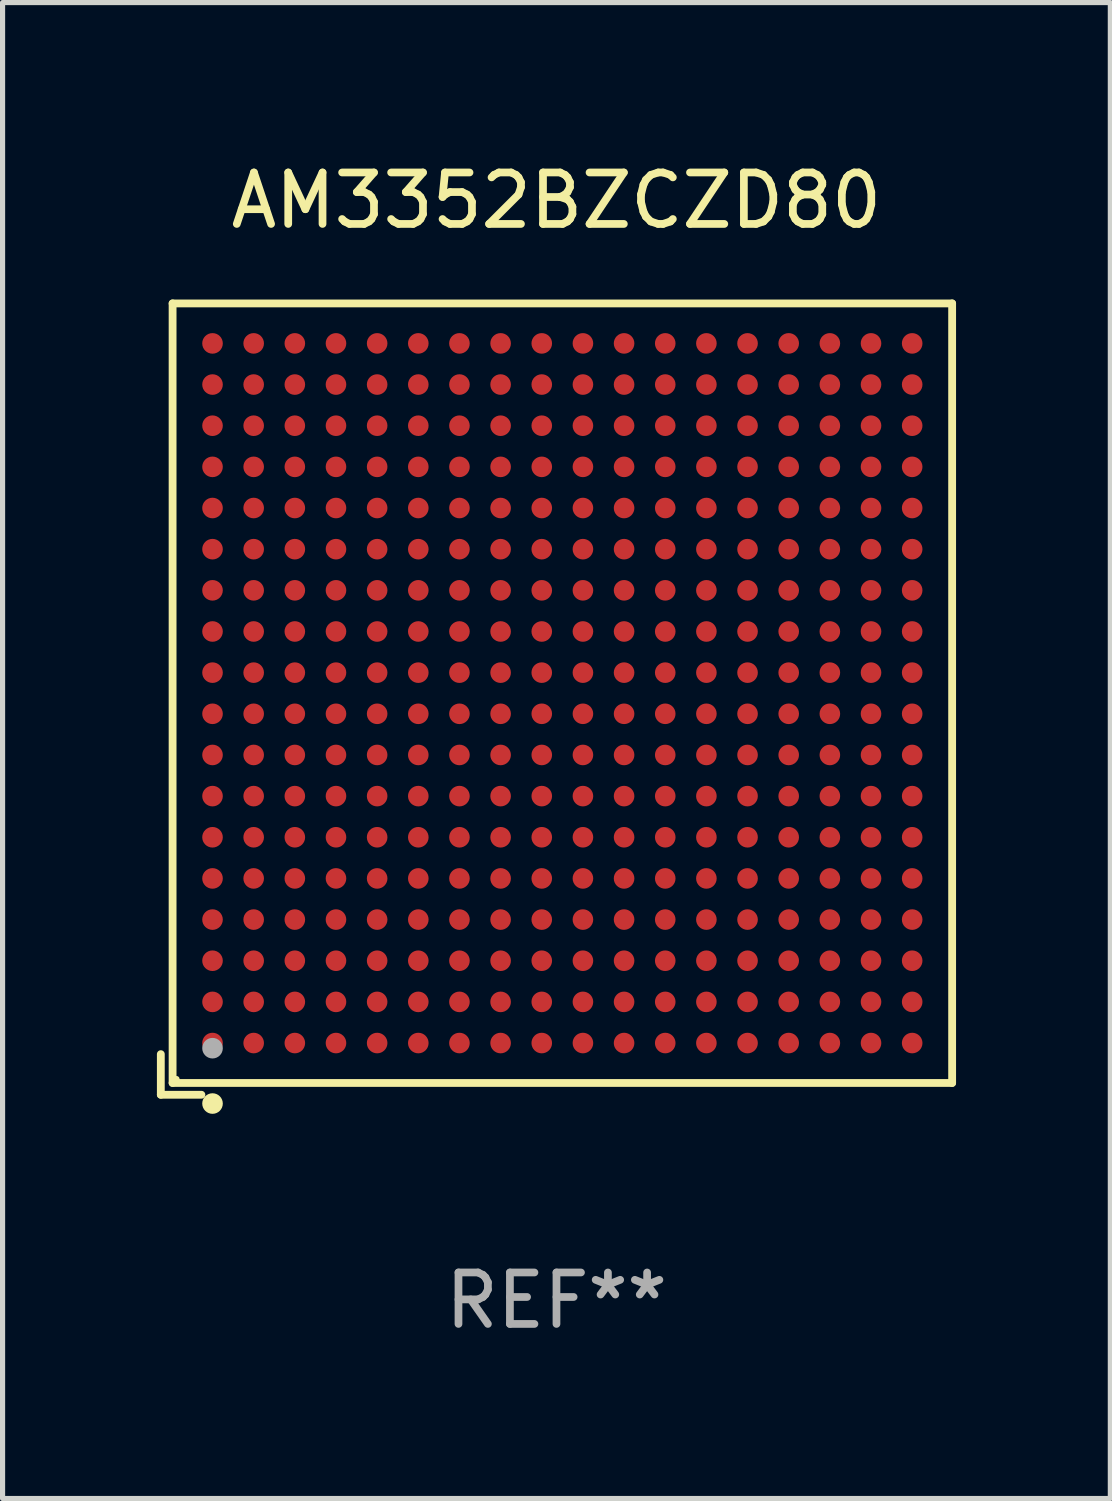
<source format=kicad_pcb>
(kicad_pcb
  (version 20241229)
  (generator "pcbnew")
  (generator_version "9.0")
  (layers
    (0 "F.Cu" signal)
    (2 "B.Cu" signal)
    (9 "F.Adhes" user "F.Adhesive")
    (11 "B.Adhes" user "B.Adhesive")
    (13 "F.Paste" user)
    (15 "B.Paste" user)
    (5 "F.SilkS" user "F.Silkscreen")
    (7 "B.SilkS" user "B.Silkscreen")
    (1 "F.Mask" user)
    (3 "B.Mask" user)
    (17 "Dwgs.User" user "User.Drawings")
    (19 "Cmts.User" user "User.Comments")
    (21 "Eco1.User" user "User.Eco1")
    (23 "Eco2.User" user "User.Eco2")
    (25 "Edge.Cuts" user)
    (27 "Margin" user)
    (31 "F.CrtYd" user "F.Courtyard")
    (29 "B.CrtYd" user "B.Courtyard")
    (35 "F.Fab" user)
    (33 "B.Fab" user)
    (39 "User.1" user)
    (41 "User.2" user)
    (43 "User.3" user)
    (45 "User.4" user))
  (footprint "AM3352BZCZD80"
    (layer "F.Cu")
    (at 7.767 10.539)
    (property "Reference" "AM3352BZCZD80" (at 0 -9.691 0) (layer "F.SilkS") (effects (font (size 1 1) (thickness 0.15))))
    (attr through_hole)
    (fp_line (start -7.691 6.902) (end -7.691 7.691) (stroke (width 0.152) (type solid)) (layer "F.SilkS"))
    (fp_line (start -7.691 7.691) (end -6.902 7.691) (stroke (width 0.152) (type solid)) (layer "F.SilkS"))
    (fp_line (start -7.462 -7.691) (end 7.691 -7.691) (stroke (width 0.152) (type solid)) (layer "F.SilkS"))
    (fp_line (start -7.462 7.462) (end -7.462 -7.691) (stroke (width 0.152) (type solid)) (layer "F.SilkS"))
    (fp_line (start 7.691 -7.691) (end 7.691 7.462) (stroke (width 0.152) (type solid)) (layer "F.SilkS"))
    (fp_line (start 7.691 7.462) (end -7.462 7.462) (stroke (width 0.152) (type solid)) (layer "F.SilkS"))
    (fp_circle (center -7.386 7.386) (end -7.356 7.386) (stroke (width 0.06) (type solid)) (fill no) (layer "F.SilkS"))
    (fp_circle (center -6.686 7.862) (end -6.586 7.862) (stroke (width 0.2) (type solid)) (fill no) (layer "F.SilkS"))
    (fp_circle (center -6.686 6.786) (end -6.586 6.786) (stroke (width 0.2) (type solid)) (fill no) (layer "F.Fab"))
    (fp_text user "REF**" (at 0 11.691 0) (layer "F.Fab") (effects (font (size 1 1) (thickness 0.15))))
    (pad "A1" smd circle (at -6.686 6.686) (size 0.4 0.4) (layers "F.Cu" "F.Mask" "F.Paste"))
    (pad "A2" smd circle (at -6.686 5.886) (size 0.4 0.4) (layers "F.Cu" "F.Mask" "F.Paste"))
    (pad "A3" smd circle (at -6.686 5.086) (size 0.4 0.4) (layers "F.Cu" "F.Mask" "F.Paste"))
    (pad "A4" smd circle (at -6.686 4.286) (size 0.4 0.4) (layers "F.Cu" "F.Mask" "F.Paste"))
    (pad "A5" smd circle (at -6.686 3.486) (size 0.4 0.4) (layers "F.Cu" "F.Mask" "F.Paste"))
    (pad "A6" smd circle (at -6.686 2.686) (size 0.4 0.4) (layers "F.Cu" "F.Mask" "F.Paste"))
    (pad "A7" smd circle (at -6.686 1.886) (size 0.4 0.4) (layers "F.Cu" "F.Mask" "F.Paste"))
    (pad "A8" smd circle (at -6.686 1.086) (size 0.4 0.4) (layers "F.Cu" "F.Mask" "F.Paste"))
    (pad "A9" smd circle (at -6.686 0.286) (size 0.4 0.4) (layers "F.Cu" "F.Mask" "F.Paste"))
    (pad "A10" smd circle (at -6.686 -0.514) (size 0.4 0.4) (layers "F.Cu" "F.Mask" "F.Paste"))
    (pad "A11" smd circle (at -6.686 -1.314) (size 0.4 0.4) (layers "F.Cu" "F.Mask" "F.Paste"))
    (pad "A12" smd circle (at -6.686 -2.114) (size 0.4 0.4) (layers "F.Cu" "F.Mask" "F.Paste"))
    (pad "A13" smd circle (at -6.686 -2.914) (size 0.4 0.4) (layers "F.Cu" "F.Mask" "F.Paste"))
    (pad "A14" smd circle (at -6.686 -3.714) (size 0.4 0.4) (layers "F.Cu" "F.Mask" "F.Paste"))
    (pad "A15" smd circle (at -6.686 -4.514) (size 0.4 0.4) (layers "F.Cu" "F.Mask" "F.Paste"))
    (pad "A16" smd circle (at -6.686 -5.314) (size 0.4 0.4) (layers "F.Cu" "F.Mask" "F.Paste"))
    (pad "A17" smd circle (at -6.686 -6.114) (size 0.4 0.4) (layers "F.Cu" "F.Mask" "F.Paste"))
    (pad "A18" smd circle (at -6.686 -6.914) (size 0.4 0.4) (layers "F.Cu" "F.Mask" "F.Paste"))
    (pad "B1" smd circle (at -5.886 6.686) (size 0.4 0.4) (layers "F.Cu" "F.Mask" "F.Paste"))
    (pad "B2" smd circle (at -5.886 5.886) (size 0.4 0.4) (layers "F.Cu" "F.Mask" "F.Paste"))
    (pad "B3" smd circle (at -5.886 5.086) (size 0.4 0.4) (layers "F.Cu" "F.Mask" "F.Paste"))
    (pad "B4" smd circle (at -5.886 4.286) (size 0.4 0.4) (layers "F.Cu" "F.Mask" "F.Paste"))
    (pad "B5" smd circle (at -5.886 3.486) (size 0.4 0.4) (layers "F.Cu" "F.Mask" "F.Paste"))
    (pad "B6" smd circle (at -5.886 2.686) (size 0.4 0.4) (layers "F.Cu" "F.Mask" "F.Paste"))
    (pad "B7" smd circle (at -5.886 1.886) (size 0.4 0.4) (layers "F.Cu" "F.Mask" "F.Paste"))
    (pad "B8" smd circle (at -5.886 1.086) (size 0.4 0.4) (layers "F.Cu" "F.Mask" "F.Paste"))
    (pad "B9" smd circle (at -5.886 0.286) (size 0.4 0.4) (layers "F.Cu" "F.Mask" "F.Paste"))
    (pad "B10" smd circle (at -5.886 -0.514) (size 0.4 0.4) (layers "F.Cu" "F.Mask" "F.Paste"))
    (pad "B11" smd circle (at -5.886 -1.314) (size 0.4 0.4) (layers "F.Cu" "F.Mask" "F.Paste"))
    (pad "B12" smd circle (at -5.886 -2.114) (size 0.4 0.4) (layers "F.Cu" "F.Mask" "F.Paste"))
    (pad "B13" smd circle (at -5.886 -2.914) (size 0.4 0.4) (layers "F.Cu" "F.Mask" "F.Paste"))
    (pad "B14" smd circle (at -5.886 -3.714) (size 0.4 0.4) (layers "F.Cu" "F.Mask" "F.Paste"))
    (pad "B15" smd circle (at -5.886 -4.514) (size 0.4 0.4) (layers "F.Cu" "F.Mask" "F.Paste"))
    (pad "B16" smd circle (at -5.886 -5.314) (size 0.4 0.4) (layers "F.Cu" "F.Mask" "F.Paste"))
    (pad "B17" smd circle (at -5.886 -6.114) (size 0.4 0.4) (layers "F.Cu" "F.Mask" "F.Paste"))
    (pad "B18" smd circle (at -5.886 -6.914) (size 0.4 0.4) (layers "F.Cu" "F.Mask" "F.Paste"))
    (pad "C1" smd circle (at -5.086 6.686) (size 0.4 0.4) (layers "F.Cu" "F.Mask" "F.Paste"))
    (pad "C2" smd circle (at -5.086 5.886) (size 0.4 0.4) (layers "F.Cu" "F.Mask" "F.Paste"))
    (pad "C3" smd circle (at -5.086 5.086) (size 0.4 0.4) (layers "F.Cu" "F.Mask" "F.Paste"))
    (pad "C4" smd circle (at -5.086 4.286) (size 0.4 0.4) (layers "F.Cu" "F.Mask" "F.Paste"))
    (pad "C5" smd circle (at -5.086 3.486) (size 0.4 0.4) (layers "F.Cu" "F.Mask" "F.Paste"))
    (pad "C6" smd circle (at -5.086 2.686) (size 0.4 0.4) (layers "F.Cu" "F.Mask" "F.Paste"))
    (pad "C7" smd circle (at -5.086 1.886) (size 0.4 0.4) (layers "F.Cu" "F.Mask" "F.Paste"))
    (pad "C8" smd circle (at -5.086 1.086) (size 0.4 0.4) (layers "F.Cu" "F.Mask" "F.Paste"))
    (pad "C9" smd circle (at -5.086 0.286) (size 0.4 0.4) (layers "F.Cu" "F.Mask" "F.Paste"))
    (pad "C10" smd circle (at -5.086 -0.514) (size 0.4 0.4) (layers "F.Cu" "F.Mask" "F.Paste"))
    (pad "C11" smd circle (at -5.086 -1.314) (size 0.4 0.4) (layers "F.Cu" "F.Mask" "F.Paste"))
    (pad "C12" smd circle (at -5.086 -2.114) (size 0.4 0.4) (layers "F.Cu" "F.Mask" "F.Paste"))
    (pad "C13" smd circle (at -5.086 -2.914) (size 0.4 0.4) (layers "F.Cu" "F.Mask" "F.Paste"))
    (pad "C14" smd circle (at -5.086 -3.714) (size 0.4 0.4) (layers "F.Cu" "F.Mask" "F.Paste"))
    (pad "C15" smd circle (at -5.086 -4.514) (size 0.4 0.4) (layers "F.Cu" "F.Mask" "F.Paste"))
    (pad "C16" smd circle (at -5.086 -5.314) (size 0.4 0.4) (layers "F.Cu" "F.Mask" "F.Paste"))
    (pad "C17" smd circle (at -5.086 -6.114) (size 0.4 0.4) (layers "F.Cu" "F.Mask" "F.Paste"))
    (pad "C18" smd circle (at -5.086 -6.914) (size 0.4 0.4) (layers "F.Cu" "F.Mask" "F.Paste"))
    (pad "D1" smd circle (at -4.286 6.686) (size 0.4 0.4) (layers "F.Cu" "F.Mask" "F.Paste"))
    (pad "D2" smd circle (at -4.286 5.886) (size 0.4 0.4) (layers "F.Cu" "F.Mask" "F.Paste"))
    (pad "D3" smd circle (at -4.286 5.086) (size 0.4 0.4) (layers "F.Cu" "F.Mask" "F.Paste"))
    (pad "D4" smd circle (at -4.286 4.286) (size 0.4 0.4) (layers "F.Cu" "F.Mask" "F.Paste"))
    (pad "D5" smd circle (at -4.286 3.486) (size 0.4 0.4) (layers "F.Cu" "F.Mask" "F.Paste"))
    (pad "D6" smd circle (at -4.286 2.686) (size 0.4 0.4) (layers "F.Cu" "F.Mask" "F.Paste"))
    (pad "D7" smd circle (at -4.286 1.886) (size 0.4 0.4) (layers "F.Cu" "F.Mask" "F.Paste"))
    (pad "D8" smd circle (at -4.286 1.086) (size 0.4 0.4) (layers "F.Cu" "F.Mask" "F.Paste"))
    (pad "D9" smd circle (at -4.286 0.286) (size 0.4 0.4) (layers "F.Cu" "F.Mask" "F.Paste"))
    (pad "D10" smd circle (at -4.286 -0.514) (size 0.4 0.4) (layers "F.Cu" "F.Mask" "F.Paste"))
    (pad "D11" smd circle (at -4.286 -1.314) (size 0.4 0.4) (layers "F.Cu" "F.Mask" "F.Paste"))
    (pad "D12" smd circle (at -4.286 -2.114) (size 0.4 0.4) (layers "F.Cu" "F.Mask" "F.Paste"))
    (pad "D13" smd circle (at -4.286 -2.914) (size 0.4 0.4) (layers "F.Cu" "F.Mask" "F.Paste"))
    (pad "D14" smd circle (at -4.286 -3.714) (size 0.4 0.4) (layers "F.Cu" "F.Mask" "F.Paste"))
    (pad "D15" smd circle (at -4.286 -4.514) (size 0.4 0.4) (layers "F.Cu" "F.Mask" "F.Paste"))
    (pad "D16" smd circle (at -4.286 -5.314) (size 0.4 0.4) (layers "F.Cu" "F.Mask" "F.Paste"))
    (pad "D17" smd circle (at -4.286 -6.114) (size 0.4 0.4) (layers "F.Cu" "F.Mask" "F.Paste"))
    (pad "D18" smd circle (at -4.286 -6.914) (size 0.4 0.4) (layers "F.Cu" "F.Mask" "F.Paste"))
    (pad "E1" smd circle (at -3.486 6.686) (size 0.4 0.4) (layers "F.Cu" "F.Mask" "F.Paste"))
    (pad "E2" smd circle (at -3.486 5.886) (size 0.4 0.4) (layers "F.Cu" "F.Mask" "F.Paste"))
    (pad "E3" smd circle (at -3.486 5.086) (size 0.4 0.4) (layers "F.Cu" "F.Mask" "F.Paste"))
    (pad "E4" smd circle (at -3.486 4.286) (size 0.4 0.4) (layers "F.Cu" "F.Mask" "F.Paste"))
    (pad "E5" smd circle (at -3.486 3.486) (size 0.4 0.4) (layers "F.Cu" "F.Mask" "F.Paste"))
    (pad "E6" smd circle (at -3.486 2.686) (size 0.4 0.4) (layers "F.Cu" "F.Mask" "F.Paste"))
    (pad "E7" smd circle (at -3.486 1.886) (size 0.4 0.4) (layers "F.Cu" "F.Mask" "F.Paste"))
    (pad "E8" smd circle (at -3.486 1.086) (size 0.4 0.4) (layers "F.Cu" "F.Mask" "F.Paste"))
    (pad "E9" smd circle (at -3.486 0.286) (size 0.4 0.4) (layers "F.Cu" "F.Mask" "F.Paste"))
    (pad "E10" smd circle (at -3.486 -0.514) (size 0.4 0.4) (layers "F.Cu" "F.Mask" "F.Paste"))
    (pad "E11" smd circle (at -3.486 -1.314) (size 0.4 0.4) (layers "F.Cu" "F.Mask" "F.Paste"))
    (pad "E12" smd circle (at -3.486 -2.114) (size 0.4 0.4) (layers "F.Cu" "F.Mask" "F.Paste"))
    (pad "E13" smd circle (at -3.486 -2.914) (size 0.4 0.4) (layers "F.Cu" "F.Mask" "F.Paste"))
    (pad "E14" smd circle (at -3.486 -3.714) (size 0.4 0.4) (layers "F.Cu" "F.Mask" "F.Paste"))
    (pad "E15" smd circle (at -3.486 -4.514) (size 0.4 0.4) (layers "F.Cu" "F.Mask" "F.Paste"))
    (pad "E16" smd circle (at -3.486 -5.314) (size 0.4 0.4) (layers "F.Cu" "F.Mask" "F.Paste"))
    (pad "E17" smd circle (at -3.486 -6.114) (size 0.4 0.4) (layers "F.Cu" "F.Mask" "F.Paste"))
    (pad "E18" smd circle (at -3.486 -6.914) (size 0.4 0.4) (layers "F.Cu" "F.Mask" "F.Paste"))
    (pad "F1" smd circle (at -2.686 6.686) (size 0.4 0.4) (layers "F.Cu" "F.Mask" "F.Paste"))
    (pad "F2" smd circle (at -2.686 5.886) (size 0.4 0.4) (layers "F.Cu" "F.Mask" "F.Paste"))
    (pad "F3" smd circle (at -2.686 5.086) (size 0.4 0.4) (layers "F.Cu" "F.Mask" "F.Paste"))
    (pad "F4" smd circle (at -2.686 4.286) (size 0.4 0.4) (layers "F.Cu" "F.Mask" "F.Paste"))
    (pad "F5" smd circle (at -2.686 3.486) (size 0.4 0.4) (layers "F.Cu" "F.Mask" "F.Paste"))
    (pad "F6" smd circle (at -2.686 2.686) (size 0.4 0.4) (layers "F.Cu" "F.Mask" "F.Paste"))
    (pad "F7" smd circle (at -2.686 1.886) (size 0.4 0.4) (layers "F.Cu" "F.Mask" "F.Paste"))
    (pad "F8" smd circle (at -2.686 1.086) (size 0.4 0.4) (layers "F.Cu" "F.Mask" "F.Paste"))
    (pad "F9" smd circle (at -2.686 0.286) (size 0.4 0.4) (layers "F.Cu" "F.Mask" "F.Paste"))
    (pad "F10" smd circle (at -2.686 -0.514) (size 0.4 0.4) (layers "F.Cu" "F.Mask" "F.Paste"))
    (pad "F11" smd circle (at -2.686 -1.314) (size 0.4 0.4) (layers "F.Cu" "F.Mask" "F.Paste"))
    (pad "F12" smd circle (at -2.686 -2.114) (size 0.4 0.4) (layers "F.Cu" "F.Mask" "F.Paste"))
    (pad "F13" smd circle (at -2.686 -2.914) (size 0.4 0.4) (layers "F.Cu" "F.Mask" "F.Paste"))
    (pad "F14" smd circle (at -2.686 -3.714) (size 0.4 0.4) (layers "F.Cu" "F.Mask" "F.Paste"))
    (pad "F15" smd circle (at -2.686 -4.514) (size 0.4 0.4) (layers "F.Cu" "F.Mask" "F.Paste"))
    (pad "F16" smd circle (at -2.686 -5.314) (size 0.4 0.4) (layers "F.Cu" "F.Mask" "F.Paste"))
    (pad "F17" smd circle (at -2.686 -6.114) (size 0.4 0.4) (layers "F.Cu" "F.Mask" "F.Paste"))
    (pad "F18" smd circle (at -2.686 -6.914) (size 0.4 0.4) (layers "F.Cu" "F.Mask" "F.Paste"))
    (pad "G1" smd circle (at -1.886 6.686) (size 0.4 0.4) (layers "F.Cu" "F.Mask" "F.Paste"))
    (pad "G2" smd circle (at -1.886 5.886) (size 0.4 0.4) (layers "F.Cu" "F.Mask" "F.Paste"))
    (pad "G3" smd circle (at -1.886 5.086) (size 0.4 0.4) (layers "F.Cu" "F.Mask" "F.Paste"))
    (pad "G4" smd circle (at -1.886 4.286) (size 0.4 0.4) (layers "F.Cu" "F.Mask" "F.Paste"))
    (pad "G5" smd circle (at -1.886 3.486) (size 0.4 0.4) (layers "F.Cu" "F.Mask" "F.Paste"))
    (pad "G6" smd circle (at -1.886 2.686) (size 0.4 0.4) (layers "F.Cu" "F.Mask" "F.Paste"))
    (pad "G7" smd circle (at -1.886 1.886) (size 0.4 0.4) (layers "F.Cu" "F.Mask" "F.Paste"))
    (pad "G8" smd circle (at -1.886 1.086) (size 0.4 0.4) (layers "F.Cu" "F.Mask" "F.Paste"))
    (pad "G9" smd circle (at -1.886 0.286) (size 0.4 0.4) (layers "F.Cu" "F.Mask" "F.Paste"))
    (pad "G10" smd circle (at -1.886 -0.514) (size 0.4 0.4) (layers "F.Cu" "F.Mask" "F.Paste"))
    (pad "G11" smd circle (at -1.886 -1.314) (size 0.4 0.4) (layers "F.Cu" "F.Mask" "F.Paste"))
    (pad "G12" smd circle (at -1.886 -2.114) (size 0.4 0.4) (layers "F.Cu" "F.Mask" "F.Paste"))
    (pad "G13" smd circle (at -1.886 -2.914) (size 0.4 0.4) (layers "F.Cu" "F.Mask" "F.Paste"))
    (pad "G14" smd circle (at -1.886 -3.714) (size 0.4 0.4) (layers "F.Cu" "F.Mask" "F.Paste"))
    (pad "G15" smd circle (at -1.886 -4.514) (size 0.4 0.4) (layers "F.Cu" "F.Mask" "F.Paste"))
    (pad "G16" smd circle (at -1.886 -5.314) (size 0.4 0.4) (layers "F.Cu" "F.Mask" "F.Paste"))
    (pad "G17" smd circle (at -1.886 -6.114) (size 0.4 0.4) (layers "F.Cu" "F.Mask" "F.Paste"))
    (pad "G18" smd circle (at -1.886 -6.914) (size 0.4 0.4) (layers "F.Cu" "F.Mask" "F.Paste"))
    (pad "H1" smd circle (at -1.086 6.686) (size 0.4 0.4) (layers "F.Cu" "F.Mask" "F.Paste"))
    (pad "H2" smd circle (at -1.086 5.886) (size 0.4 0.4) (layers "F.Cu" "F.Mask" "F.Paste"))
    (pad "H3" smd circle (at -1.086 5.086) (size 0.4 0.4) (layers "F.Cu" "F.Mask" "F.Paste"))
    (pad "H4" smd circle (at -1.086 4.286) (size 0.4 0.4) (layers "F.Cu" "F.Mask" "F.Paste"))
    (pad "H5" smd circle (at -1.086 3.486) (size 0.4 0.4) (layers "F.Cu" "F.Mask" "F.Paste"))
    (pad "H6" smd circle (at -1.086 2.686) (size 0.4 0.4) (layers "F.Cu" "F.Mask" "F.Paste"))
    (pad "H7" smd circle (at -1.086 1.886) (size 0.4 0.4) (layers "F.Cu" "F.Mask" "F.Paste"))
    (pad "H8" smd circle (at -1.086 1.086) (size 0.4 0.4) (layers "F.Cu" "F.Mask" "F.Paste"))
    (pad "H9" smd circle (at -1.086 0.286) (size 0.4 0.4) (layers "F.Cu" "F.Mask" "F.Paste"))
    (pad "H10" smd circle (at -1.086 -0.514) (size 0.4 0.4) (layers "F.Cu" "F.Mask" "F.Paste"))
    (pad "H11" smd circle (at -1.086 -1.314) (size 0.4 0.4) (layers "F.Cu" "F.Mask" "F.Paste"))
    (pad "H12" smd circle (at -1.086 -2.114) (size 0.4 0.4) (layers "F.Cu" "F.Mask" "F.Paste"))
    (pad "H13" smd circle (at -1.086 -2.914) (size 0.4 0.4) (layers "F.Cu" "F.Mask" "F.Paste"))
    (pad "H14" smd circle (at -1.086 -3.714) (size 0.4 0.4) (layers "F.Cu" "F.Mask" "F.Paste"))
    (pad "H15" smd circle (at -1.086 -4.514) (size 0.4 0.4) (layers "F.Cu" "F.Mask" "F.Paste"))
    (pad "H16" smd circle (at -1.086 -5.314) (size 0.4 0.4) (layers "F.Cu" "F.Mask" "F.Paste"))
    (pad "H17" smd circle (at -1.086 -6.114) (size 0.4 0.4) (layers "F.Cu" "F.Mask" "F.Paste"))
    (pad "H18" smd circle (at -1.086 -6.914) (size 0.4 0.4) (layers "F.Cu" "F.Mask" "F.Paste"))
    (pad "J1" smd circle (at -0.286 6.686) (size 0.4 0.4) (layers "F.Cu" "F.Mask" "F.Paste"))
    (pad "J2" smd circle (at -0.286 5.886) (size 0.4 0.4) (layers "F.Cu" "F.Mask" "F.Paste"))
    (pad "J3" smd circle (at -0.286 5.086) (size 0.4 0.4) (layers "F.Cu" "F.Mask" "F.Paste"))
    (pad "J4" smd circle (at -0.286 4.286) (size 0.4 0.4) (layers "F.Cu" "F.Mask" "F.Paste"))
    (pad "J5" smd circle (at -0.286 3.486) (size 0.4 0.4) (layers "F.Cu" "F.Mask" "F.Paste"))
    (pad "J6" smd circle (at -0.286 2.686) (size 0.4 0.4) (layers "F.Cu" "F.Mask" "F.Paste"))
    (pad "J7" smd circle (at -0.286 1.886) (size 0.4 0.4) (layers "F.Cu" "F.Mask" "F.Paste"))
    (pad "J8" smd circle (at -0.286 1.086) (size 0.4 0.4) (layers "F.Cu" "F.Mask" "F.Paste"))
    (pad "J9" smd circle (at -0.286 0.286) (size 0.4 0.4) (layers "F.Cu" "F.Mask" "F.Paste"))
    (pad "J10" smd circle (at -0.286 -0.514) (size 0.4 0.4) (layers "F.Cu" "F.Mask" "F.Paste"))
    (pad "J11" smd circle (at -0.286 -1.314) (size 0.4 0.4) (layers "F.Cu" "F.Mask" "F.Paste"))
    (pad "J12" smd circle (at -0.286 -2.114) (size 0.4 0.4) (layers "F.Cu" "F.Mask" "F.Paste"))
    (pad "J13" smd circle (at -0.286 -2.914) (size 0.4 0.4) (layers "F.Cu" "F.Mask" "F.Paste"))
    (pad "J14" smd circle (at -0.286 -3.714) (size 0.4 0.4) (layers "F.Cu" "F.Mask" "F.Paste"))
    (pad "J15" smd circle (at -0.286 -4.514) (size 0.4 0.4) (layers "F.Cu" "F.Mask" "F.Paste"))
    (pad "J16" smd circle (at -0.286 -5.314) (size 0.4 0.4) (layers "F.Cu" "F.Mask" "F.Paste"))
    (pad "J17" smd circle (at -0.286 -6.114) (size 0.4 0.4) (layers "F.Cu" "F.Mask" "F.Paste"))
    (pad "J18" smd circle (at -0.286 -6.914) (size 0.4 0.4) (layers "F.Cu" "F.Mask" "F.Paste"))
    (pad "K1" smd circle (at 0.514 6.686) (size 0.4 0.4) (layers "F.Cu" "F.Mask" "F.Paste"))
    (pad "K2" smd circle (at 0.514 5.886) (size 0.4 0.4) (layers "F.Cu" "F.Mask" "F.Paste"))
    (pad "K3" smd circle (at 0.514 5.086) (size 0.4 0.4) (layers "F.Cu" "F.Mask" "F.Paste"))
    (pad "K4" smd circle (at 0.514 4.286) (size 0.4 0.4) (layers "F.Cu" "F.Mask" "F.Paste"))
    (pad "K5" smd circle (at 0.514 3.486) (size 0.4 0.4) (layers "F.Cu" "F.Mask" "F.Paste"))
    (pad "K6" smd circle (at 0.514 2.686) (size 0.4 0.4) (layers "F.Cu" "F.Mask" "F.Paste"))
    (pad "K7" smd circle (at 0.514 1.886) (size 0.4 0.4) (layers "F.Cu" "F.Mask" "F.Paste"))
    (pad "K8" smd circle (at 0.514 1.086) (size 0.4 0.4) (layers "F.Cu" "F.Mask" "F.Paste"))
    (pad "K9" smd circle (at 0.514 0.286) (size 0.4 0.4) (layers "F.Cu" "F.Mask" "F.Paste"))
    (pad "K10" smd circle (at 0.514 -0.514) (size 0.4 0.4) (layers "F.Cu" "F.Mask" "F.Paste"))
    (pad "K11" smd circle (at 0.514 -1.314) (size 0.4 0.4) (layers "F.Cu" "F.Mask" "F.Paste"))
    (pad "K12" smd circle (at 0.514 -2.114) (size 0.4 0.4) (layers "F.Cu" "F.Mask" "F.Paste"))
    (pad "K13" smd circle (at 0.514 -2.914) (size 0.4 0.4) (layers "F.Cu" "F.Mask" "F.Paste"))
    (pad "K14" smd circle (at 0.514 -3.714) (size 0.4 0.4) (layers "F.Cu" "F.Mask" "F.Paste"))
    (pad "K15" smd circle (at 0.514 -4.514) (size 0.4 0.4) (layers "F.Cu" "F.Mask" "F.Paste"))
    (pad "K16" smd circle (at 0.514 -5.314) (size 0.4 0.4) (layers "F.Cu" "F.Mask" "F.Paste"))
    (pad "K17" smd circle (at 0.514 -6.114) (size 0.4 0.4) (layers "F.Cu" "F.Mask" "F.Paste"))
    (pad "K18" smd circle (at 0.514 -6.914) (size 0.4 0.4) (layers "F.Cu" "F.Mask" "F.Paste"))
    (pad "L1" smd circle (at 1.314 6.686) (size 0.4 0.4) (layers "F.Cu" "F.Mask" "F.Paste"))
    (pad "L2" smd circle (at 1.314 5.886) (size 0.4 0.4) (layers "F.Cu" "F.Mask" "F.Paste"))
    (pad "L3" smd circle (at 1.314 5.086) (size 0.4 0.4) (layers "F.Cu" "F.Mask" "F.Paste"))
    (pad "L4" smd circle (at 1.314 4.286) (size 0.4 0.4) (layers "F.Cu" "F.Mask" "F.Paste"))
    (pad "L5" smd circle (at 1.314 3.486) (size 0.4 0.4) (layers "F.Cu" "F.Mask" "F.Paste"))
    (pad "L6" smd circle (at 1.314 2.686) (size 0.4 0.4) (layers "F.Cu" "F.Mask" "F.Paste"))
    (pad "L7" smd circle (at 1.314 1.886) (size 0.4 0.4) (layers "F.Cu" "F.Mask" "F.Paste"))
    (pad "L8" smd circle (at 1.314 1.086) (size 0.4 0.4) (layers "F.Cu" "F.Mask" "F.Paste"))
    (pad "L9" smd circle (at 1.314 0.286) (size 0.4 0.4) (layers "F.Cu" "F.Mask" "F.Paste"))
    (pad "L10" smd circle (at 1.314 -0.514) (size 0.4 0.4) (layers "F.Cu" "F.Mask" "F.Paste"))
    (pad "L11" smd circle (at 1.314 -1.314) (size 0.4 0.4) (layers "F.Cu" "F.Mask" "F.Paste"))
    (pad "L12" smd circle (at 1.314 -2.114) (size 0.4 0.4) (layers "F.Cu" "F.Mask" "F.Paste"))
    (pad "L13" smd circle (at 1.314 -2.914) (size 0.4 0.4) (layers "F.Cu" "F.Mask" "F.Paste"))
    (pad "L14" smd circle (at 1.314 -3.714) (size 0.4 0.4) (layers "F.Cu" "F.Mask" "F.Paste"))
    (pad "L15" smd circle (at 1.314 -4.514) (size 0.4 0.4) (layers "F.Cu" "F.Mask" "F.Paste"))
    (pad "L16" smd circle (at 1.314 -5.314) (size 0.4 0.4) (layers "F.Cu" "F.Mask" "F.Paste"))
    (pad "L17" smd circle (at 1.314 -6.114) (size 0.4 0.4) (layers "F.Cu" "F.Mask" "F.Paste"))
    (pad "L18" smd circle (at 1.314 -6.914) (size 0.4 0.4) (layers "F.Cu" "F.Mask" "F.Paste"))
    (pad "M1" smd circle (at 2.114 6.686) (size 0.4 0.4) (layers "F.Cu" "F.Mask" "F.Paste"))
    (pad "M2" smd circle (at 2.114 5.886) (size 0.4 0.4) (layers "F.Cu" "F.Mask" "F.Paste"))
    (pad "M3" smd circle (at 2.114 5.086) (size 0.4 0.4) (layers "F.Cu" "F.Mask" "F.Paste"))
    (pad "M4" smd circle (at 2.114 4.286) (size 0.4 0.4) (layers "F.Cu" "F.Mask" "F.Paste"))
    (pad "M5" smd circle (at 2.114 3.486) (size 0.4 0.4) (layers "F.Cu" "F.Mask" "F.Paste"))
    (pad "M6" smd circle (at 2.114 2.686) (size 0.4 0.4) (layers "F.Cu" "F.Mask" "F.Paste"))
    (pad "M7" smd circle (at 2.114 1.886) (size 0.4 0.4) (layers "F.Cu" "F.Mask" "F.Paste"))
    (pad "M8" smd circle (at 2.114 1.086) (size 0.4 0.4) (layers "F.Cu" "F.Mask" "F.Paste"))
    (pad "M9" smd circle (at 2.114 0.286) (size 0.4 0.4) (layers "F.Cu" "F.Mask" "F.Paste"))
    (pad "M10" smd circle (at 2.114 -0.514) (size 0.4 0.4) (layers "F.Cu" "F.Mask" "F.Paste"))
    (pad "M11" smd circle (at 2.114 -1.314) (size 0.4 0.4) (layers "F.Cu" "F.Mask" "F.Paste"))
    (pad "M12" smd circle (at 2.114 -2.114) (size 0.4 0.4) (layers "F.Cu" "F.Mask" "F.Paste"))
    (pad "M13" smd circle (at 2.114 -2.914) (size 0.4 0.4) (layers "F.Cu" "F.Mask" "F.Paste"))
    (pad "M14" smd circle (at 2.114 -3.714) (size 0.4 0.4) (layers "F.Cu" "F.Mask" "F.Paste"))
    (pad "M15" smd circle (at 2.114 -4.514) (size 0.4 0.4) (layers "F.Cu" "F.Mask" "F.Paste"))
    (pad "M16" smd circle (at 2.114 -5.314) (size 0.4 0.4) (layers "F.Cu" "F.Mask" "F.Paste"))
    (pad "M17" smd circle (at 2.114 -6.114) (size 0.4 0.4) (layers "F.Cu" "F.Mask" "F.Paste"))
    (pad "M18" smd circle (at 2.114 -6.914) (size 0.4 0.4) (layers "F.Cu" "F.Mask" "F.Paste"))
    (pad "N1" smd circle (at 2.914 6.686) (size 0.4 0.4) (layers "F.Cu" "F.Mask" "F.Paste"))
    (pad "N2" smd circle (at 2.914 5.886) (size 0.4 0.4) (layers "F.Cu" "F.Mask" "F.Paste"))
    (pad "N3" smd circle (at 2.914 5.086) (size 0.4 0.4) (layers "F.Cu" "F.Mask" "F.Paste"))
    (pad "N4" smd circle (at 2.914 4.286) (size 0.4 0.4) (layers "F.Cu" "F.Mask" "F.Paste"))
    (pad "N5" smd circle (at 2.914 3.486) (size 0.4 0.4) (layers "F.Cu" "F.Mask" "F.Paste"))
    (pad "N6" smd circle (at 2.914 2.686) (size 0.4 0.4) (layers "F.Cu" "F.Mask" "F.Paste"))
    (pad "N7" smd circle (at 2.914 1.886) (size 0.4 0.4) (layers "F.Cu" "F.Mask" "F.Paste"))
    (pad "N8" smd circle (at 2.914 1.086) (size 0.4 0.4) (layers "F.Cu" "F.Mask" "F.Paste"))
    (pad "N9" smd circle (at 2.914 0.286) (size 0.4 0.4) (layers "F.Cu" "F.Mask" "F.Paste"))
    (pad "N10" smd circle (at 2.914 -0.514) (size 0.4 0.4) (layers "F.Cu" "F.Mask" "F.Paste"))
    (pad "N11" smd circle (at 2.914 -1.314) (size 0.4 0.4) (layers "F.Cu" "F.Mask" "F.Paste"))
    (pad "N12" smd circle (at 2.914 -2.114) (size 0.4 0.4) (layers "F.Cu" "F.Mask" "F.Paste"))
    (pad "N13" smd circle (at 2.914 -2.914) (size 0.4 0.4) (layers "F.Cu" "F.Mask" "F.Paste"))
    (pad "N14" smd circle (at 2.914 -3.714) (size 0.4 0.4) (layers "F.Cu" "F.Mask" "F.Paste"))
    (pad "N15" smd circle (at 2.914 -4.514) (size 0.4 0.4) (layers "F.Cu" "F.Mask" "F.Paste"))
    (pad "N16" smd circle (at 2.914 -5.314) (size 0.4 0.4) (layers "F.Cu" "F.Mask" "F.Paste"))
    (pad "N17" smd circle (at 2.914 -6.114) (size 0.4 0.4) (layers "F.Cu" "F.Mask" "F.Paste"))
    (pad "N18" smd circle (at 2.914 -6.914) (size 0.4 0.4) (layers "F.Cu" "F.Mask" "F.Paste"))
    (pad "P1" smd circle (at 3.714 6.686) (size 0.4 0.4) (layers "F.Cu" "F.Mask" "F.Paste"))
    (pad "P2" smd circle (at 3.714 5.886) (size 0.4 0.4) (layers "F.Cu" "F.Mask" "F.Paste"))
    (pad "P3" smd circle (at 3.714 5.086) (size 0.4 0.4) (layers "F.Cu" "F.Mask" "F.Paste"))
    (pad "P4" smd circle (at 3.714 4.286) (size 0.4 0.4) (layers "F.Cu" "F.Mask" "F.Paste"))
    (pad "P5" smd circle (at 3.714 3.486) (size 0.4 0.4) (layers "F.Cu" "F.Mask" "F.Paste"))
    (pad "P6" smd circle (at 3.714 2.686) (size 0.4 0.4) (layers "F.Cu" "F.Mask" "F.Paste"))
    (pad "P7" smd circle (at 3.714 1.886) (size 0.4 0.4) (layers "F.Cu" "F.Mask" "F.Paste"))
    (pad "P8" smd circle (at 3.714 1.086) (size 0.4 0.4) (layers "F.Cu" "F.Mask" "F.Paste"))
    (pad "P9" smd circle (at 3.714 0.286) (size 0.4 0.4) (layers "F.Cu" "F.Mask" "F.Paste"))
    (pad "P10" smd circle (at 3.714 -0.514) (size 0.4 0.4) (layers "F.Cu" "F.Mask" "F.Paste"))
    (pad "P11" smd circle (at 3.714 -1.314) (size 0.4 0.4) (layers "F.Cu" "F.Mask" "F.Paste"))
    (pad "P12" smd circle (at 3.714 -2.114) (size 0.4 0.4) (layers "F.Cu" "F.Mask" "F.Paste"))
    (pad "P13" smd circle (at 3.714 -2.914) (size 0.4 0.4) (layers "F.Cu" "F.Mask" "F.Paste"))
    (pad "P14" smd circle (at 3.714 -3.714) (size 0.4 0.4) (layers "F.Cu" "F.Mask" "F.Paste"))
    (pad "P15" smd circle (at 3.714 -4.514) (size 0.4 0.4) (layers "F.Cu" "F.Mask" "F.Paste"))
    (pad "P16" smd circle (at 3.714 -5.314) (size 0.4 0.4) (layers "F.Cu" "F.Mask" "F.Paste"))
    (pad "P17" smd circle (at 3.714 -6.114) (size 0.4 0.4) (layers "F.Cu" "F.Mask" "F.Paste"))
    (pad "P18" smd circle (at 3.714 -6.914) (size 0.4 0.4) (layers "F.Cu" "F.Mask" "F.Paste"))
    (pad "R1" smd circle (at 4.514 6.686) (size 0.4 0.4) (layers "F.Cu" "F.Mask" "F.Paste"))
    (pad "R2" smd circle (at 4.514 5.886) (size 0.4 0.4) (layers "F.Cu" "F.Mask" "F.Paste"))
    (pad "R3" smd circle (at 4.514 5.086) (size 0.4 0.4) (layers "F.Cu" "F.Mask" "F.Paste"))
    (pad "R4" smd circle (at 4.514 4.286) (size 0.4 0.4) (layers "F.Cu" "F.Mask" "F.Paste"))
    (pad "R5" smd circle (at 4.514 3.486) (size 0.4 0.4) (layers "F.Cu" "F.Mask" "F.Paste"))
    (pad "R6" smd circle (at 4.514 2.686) (size 0.4 0.4) (layers "F.Cu" "F.Mask" "F.Paste"))
    (pad "R7" smd circle (at 4.514 1.886) (size 0.4 0.4) (layers "F.Cu" "F.Mask" "F.Paste"))
    (pad "R8" smd circle (at 4.514 1.086) (size 0.4 0.4) (layers "F.Cu" "F.Mask" "F.Paste"))
    (pad "R9" smd circle (at 4.514 0.286) (size 0.4 0.4) (layers "F.Cu" "F.Mask" "F.Paste"))
    (pad "R10" smd circle (at 4.514 -0.514) (size 0.4 0.4) (layers "F.Cu" "F.Mask" "F.Paste"))
    (pad "R11" smd circle (at 4.514 -1.314) (size 0.4 0.4) (layers "F.Cu" "F.Mask" "F.Paste"))
    (pad "R12" smd circle (at 4.514 -2.114) (size 0.4 0.4) (layers "F.Cu" "F.Mask" "F.Paste"))
    (pad "R13" smd circle (at 4.514 -2.914) (size 0.4 0.4) (layers "F.Cu" "F.Mask" "F.Paste"))
    (pad "R14" smd circle (at 4.514 -3.714) (size 0.4 0.4) (layers "F.Cu" "F.Mask" "F.Paste"))
    (pad "R15" smd circle (at 4.514 -4.514) (size 0.4 0.4) (layers "F.Cu" "F.Mask" "F.Paste"))
    (pad "R16" smd circle (at 4.514 -5.314) (size 0.4 0.4) (layers "F.Cu" "F.Mask" "F.Paste"))
    (pad "R17" smd circle (at 4.514 -6.114) (size 0.4 0.4) (layers "F.Cu" "F.Mask" "F.Paste"))
    (pad "R18" smd circle (at 4.514 -6.914) (size 0.4 0.4) (layers "F.Cu" "F.Mask" "F.Paste"))
    (pad "T1" smd circle (at 5.314 6.686) (size 0.4 0.4) (layers "F.Cu" "F.Mask" "F.Paste"))
    (pad "T2" smd circle (at 5.314 5.886) (size 0.4 0.4) (layers "F.Cu" "F.Mask" "F.Paste"))
    (pad "T3" smd circle (at 5.314 5.086) (size 0.4 0.4) (layers "F.Cu" "F.Mask" "F.Paste"))
    (pad "T4" smd circle (at 5.314 4.286) (size 0.4 0.4) (layers "F.Cu" "F.Mask" "F.Paste"))
    (pad "T5" smd circle (at 5.314 3.486) (size 0.4 0.4) (layers "F.Cu" "F.Mask" "F.Paste"))
    (pad "T6" smd circle (at 5.314 2.686) (size 0.4 0.4) (layers "F.Cu" "F.Mask" "F.Paste"))
    (pad "T7" smd circle (at 5.314 1.886) (size 0.4 0.4) (layers "F.Cu" "F.Mask" "F.Paste"))
    (pad "T8" smd circle (at 5.314 1.086) (size 0.4 0.4) (layers "F.Cu" "F.Mask" "F.Paste"))
    (pad "T9" smd circle (at 5.314 0.286) (size 0.4 0.4) (layers "F.Cu" "F.Mask" "F.Paste"))
    (pad "T10" smd circle (at 5.314 -0.514) (size 0.4 0.4) (layers "F.Cu" "F.Mask" "F.Paste"))
    (pad "T11" smd circle (at 5.314 -1.314) (size 0.4 0.4) (layers "F.Cu" "F.Mask" "F.Paste"))
    (pad "T12" smd circle (at 5.314 -2.114) (size 0.4 0.4) (layers "F.Cu" "F.Mask" "F.Paste"))
    (pad "T13" smd circle (at 5.314 -2.914) (size 0.4 0.4) (layers "F.Cu" "F.Mask" "F.Paste"))
    (pad "T14" smd circle (at 5.314 -3.714) (size 0.4 0.4) (layers "F.Cu" "F.Mask" "F.Paste"))
    (pad "T15" smd circle (at 5.314 -4.514) (size 0.4 0.4) (layers "F.Cu" "F.Mask" "F.Paste"))
    (pad "T16" smd circle (at 5.314 -5.314) (size 0.4 0.4) (layers "F.Cu" "F.Mask" "F.Paste"))
    (pad "T17" smd circle (at 5.314 -6.114) (size 0.4 0.4) (layers "F.Cu" "F.Mask" "F.Paste"))
    (pad "T18" smd circle (at 5.314 -6.914) (size 0.4 0.4) (layers "F.Cu" "F.Mask" "F.Paste"))
    (pad "U1" smd circle (at 6.114 6.686) (size 0.4 0.4) (layers "F.Cu" "F.Mask" "F.Paste"))
    (pad "U2" smd circle (at 6.114 5.886) (size 0.4 0.4) (layers "F.Cu" "F.Mask" "F.Paste"))
    (pad "U3" smd circle (at 6.114 5.086) (size 0.4 0.4) (layers "F.Cu" "F.Mask" "F.Paste"))
    (pad "U4" smd circle (at 6.114 4.286) (size 0.4 0.4) (layers "F.Cu" "F.Mask" "F.Paste"))
    (pad "U5" smd circle (at 6.114 3.486) (size 0.4 0.4) (layers "F.Cu" "F.Mask" "F.Paste"))
    (pad "U6" smd circle (at 6.114 2.686) (size 0.4 0.4) (layers "F.Cu" "F.Mask" "F.Paste"))
    (pad "U7" smd circle (at 6.114 1.886) (size 0.4 0.4) (layers "F.Cu" "F.Mask" "F.Paste"))
    (pad "U8" smd circle (at 6.114 1.086) (size 0.4 0.4) (layers "F.Cu" "F.Mask" "F.Paste"))
    (pad "U9" smd circle (at 6.114 0.286) (size 0.4 0.4) (layers "F.Cu" "F.Mask" "F.Paste"))
    (pad "U10" smd circle (at 6.114 -0.514) (size 0.4 0.4) (layers "F.Cu" "F.Mask" "F.Paste"))
    (pad "U11" smd circle (at 6.114 -1.314) (size 0.4 0.4) (layers "F.Cu" "F.Mask" "F.Paste"))
    (pad "U12" smd circle (at 6.114 -2.114) (size 0.4 0.4) (layers "F.Cu" "F.Mask" "F.Paste"))
    (pad "U13" smd circle (at 6.114 -2.914) (size 0.4 0.4) (layers "F.Cu" "F.Mask" "F.Paste"))
    (pad "U14" smd circle (at 6.114 -3.714) (size 0.4 0.4) (layers "F.Cu" "F.Mask" "F.Paste"))
    (pad "U15" smd circle (at 6.114 -4.514) (size 0.4 0.4) (layers "F.Cu" "F.Mask" "F.Paste"))
    (pad "U16" smd circle (at 6.114 -5.314) (size 0.4 0.4) (layers "F.Cu" "F.Mask" "F.Paste"))
    (pad "U17" smd circle (at 6.114 -6.114) (size 0.4 0.4) (layers "F.Cu" "F.Mask" "F.Paste"))
    (pad "U18" smd circle (at 6.114 -6.914) (size 0.4 0.4) (layers "F.Cu" "F.Mask" "F.Paste"))
    (pad "V1" smd circle (at 6.914 6.686) (size 0.4 0.4) (layers "F.Cu" "F.Mask" "F.Paste"))
    (pad "V2" smd circle (at 6.914 5.886) (size 0.4 0.4) (layers "F.Cu" "F.Mask" "F.Paste"))
    (pad "V3" smd circle (at 6.914 5.086) (size 0.4 0.4) (layers "F.Cu" "F.Mask" "F.Paste"))
    (pad "V4" smd circle (at 6.914 4.286) (size 0.4 0.4) (layers "F.Cu" "F.Mask" "F.Paste"))
    (pad "V5" smd circle (at 6.914 3.486) (size 0.4 0.4) (layers "F.Cu" "F.Mask" "F.Paste"))
    (pad "V6" smd circle (at 6.914 2.686) (size 0.4 0.4) (layers "F.Cu" "F.Mask" "F.Paste"))
    (pad "V7" smd circle (at 6.914 1.886) (size 0.4 0.4) (layers "F.Cu" "F.Mask" "F.Paste"))
    (pad "V8" smd circle (at 6.914 1.086) (size 0.4 0.4) (layers "F.Cu" "F.Mask" "F.Paste"))
    (pad "V9" smd circle (at 6.914 0.286) (size 0.4 0.4) (layers "F.Cu" "F.Mask" "F.Paste"))
    (pad "V10" smd circle (at 6.914 -0.514) (size 0.4 0.4) (layers "F.Cu" "F.Mask" "F.Paste"))
    (pad "V11" smd circle (at 6.914 -1.314) (size 0.4 0.4) (layers "F.Cu" "F.Mask" "F.Paste"))
    (pad "V12" smd circle (at 6.914 -2.114) (size 0.4 0.4) (layers "F.Cu" "F.Mask" "F.Paste"))
    (pad "V13" smd circle (at 6.914 -2.914) (size 0.4 0.4) (layers "F.Cu" "F.Mask" "F.Paste"))
    (pad "V14" smd circle (at 6.914 -3.714) (size 0.4 0.4) (layers "F.Cu" "F.Mask" "F.Paste"))
    (pad "V15" smd circle (at 6.914 -4.514) (size 0.4 0.4) (layers "F.Cu" "F.Mask" "F.Paste"))
    (pad "V16" smd circle (at 6.914 -5.314) (size 0.4 0.4) (layers "F.Cu" "F.Mask" "F.Paste"))
    (pad "V17" smd circle (at 6.914 -6.114) (size 0.4 0.4) (layers "F.Cu" "F.Mask" "F.Paste"))
    (pad "V18" smd circle (at 6.914 -6.914) (size 0.4 0.4) (layers "F.Cu" "F.Mask" "F.Paste")))
  (gr_rect
    (start -3 -3)
    (end 18.533 26.078)
    (stroke (width 0.1) (type default))
    (fill no)
    (layer "Edge.Cuts")))
</source>
